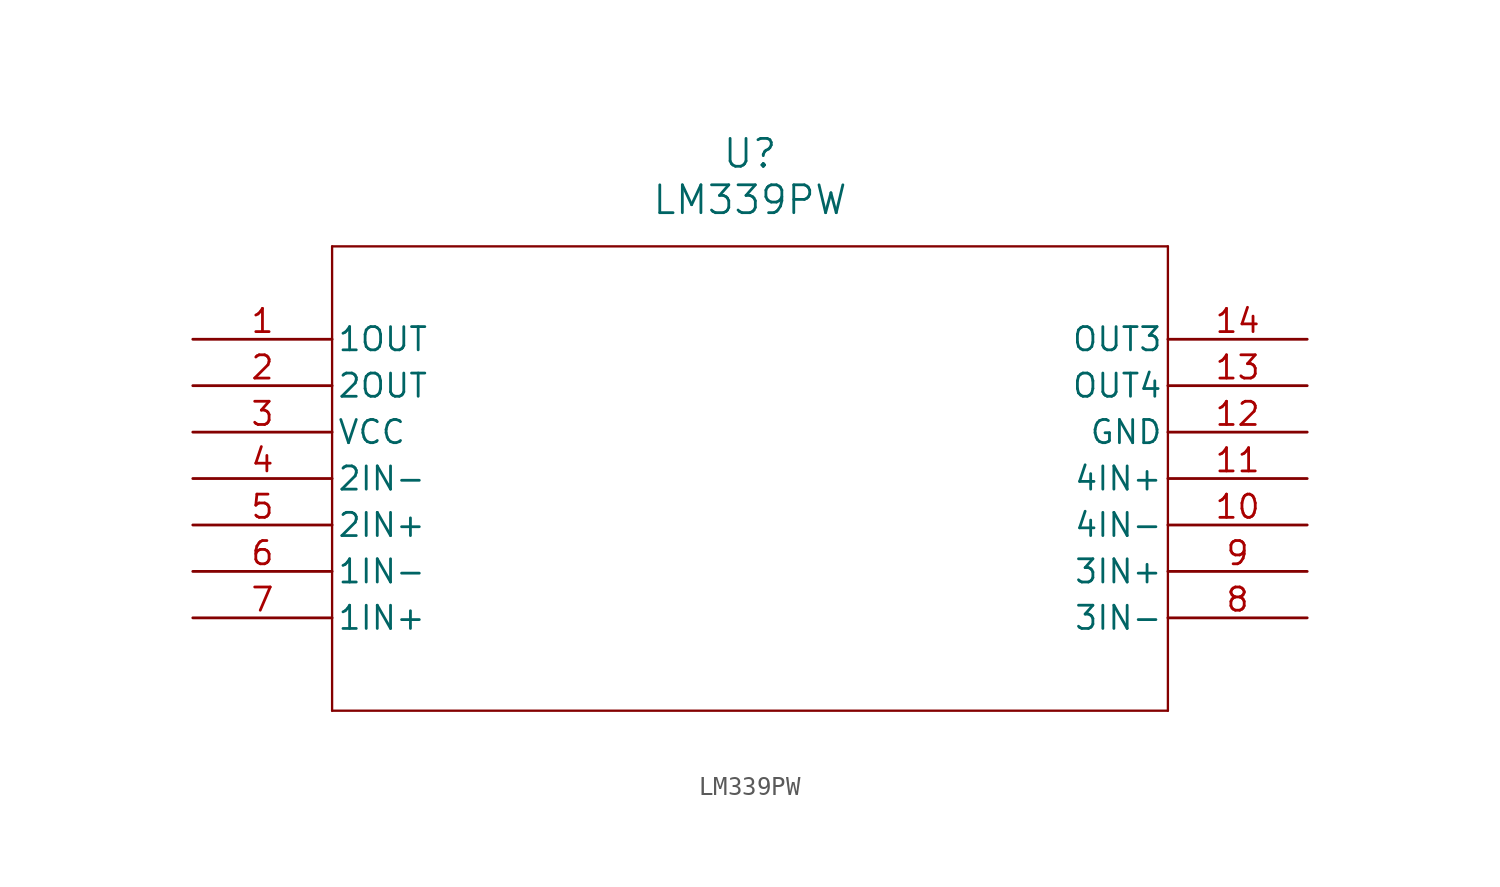
<source format=kicad_sym>
(kicad_symbol_lib
  (version 20211014)
  (generator kicad_symbol_editor)
  (symbol "LM339PW"
    (pin_names
      (offset 0.254))
    (property "Reference" "U"
      (at 30.48 10.16 0)
      (effects (font (size 1.524 1.524))))
    (property "Value" "LM339PW"
      (at 30.48 7.62 0)
      (effects (font (size 1.524 1.524))))
    (symbol "LM339PW_0_1"
      (polyline (pts (xy 7.62 5.08) (xy 7.62 -20.32)) (stroke (width 0.127) (type default) (color 0 0 0 0)) (fill (type none)))
      (polyline (pts (xy 7.62 -20.32) (xy 53.34 -20.32)) (stroke (width 0.127) (type default) (color 0 0 0 0)) (fill (type none)))
      (polyline (pts (xy 53.34 -20.32) (xy 53.34 5.08)) (stroke (width 0.127) (type default) (color 0 0 0 0)) (fill (type none)))
      (polyline (pts (xy 53.34 5.08) (xy 7.62 5.08)) (stroke (width 0.127) (type default) (color 0 0 0 0)) (fill (type none)))
      (pin output line (at 0 0 0) (length 7.62) (name "1OUT" (effects (font (size 1.27 1.27)))) (number "1" (effects (font (size 1.27 1.27)))))
      (pin output line (at 0 -2.54 0) (length 7.62) (name "2OUT" (effects (font (size 1.27 1.27)))) (number "2" (effects (font (size 1.27 1.27)))))
      (pin power_in line (at 0 -5.08 0) (length 7.62) (name "VCC" (effects (font (size 1.27 1.27)))) (number "3" (effects (font (size 1.27 1.27)))))
      (pin input line (at 0 -7.62 0) (length 7.62) (name "2IN-" (effects (font (size 1.27 1.27)))) (number "4" (effects (font (size 1.27 1.27)))))
      (pin input line (at 0 -10.16 0) (length 7.62) (name "2IN+" (effects (font (size 1.27 1.27)))) (number "5" (effects (font (size 1.27 1.27)))))
      (pin input line (at 0 -12.7 0) (length 7.62) (name "1IN-" (effects (font (size 1.27 1.27)))) (number "6" (effects (font (size 1.27 1.27)))))
      (pin input line (at 0 -15.24 0) (length 7.62) (name "1IN+" (effects (font (size 1.27 1.27)))) (number "7" (effects (font (size 1.27 1.27)))))
      (pin input line (at 60.96 -15.24 180) (length 7.62) (name "3IN-" (effects (font (size 1.27 1.27)))) (number "8" (effects (font (size 1.27 1.27)))))
      (pin input line (at 60.96 -12.7 180) (length 7.62) (name "3IN+" (effects (font (size 1.27 1.27)))) (number "9" (effects (font (size 1.27 1.27)))))
      (pin input line (at 60.96 -10.16 180) (length 7.62) (name "4IN-" (effects (font (size 1.27 1.27)))) (number "10" (effects (font (size 1.27 1.27)))))
      (pin input line (at 60.96 -7.62 180) (length 7.62) (name "4IN+" (effects (font (size 1.27 1.27)))) (number "11" (effects (font (size 1.27 1.27)))))
      (pin power_in line (at 60.96 -5.08 180) (length 7.62) (name "GND" (effects (font (size 1.27 1.27)))) (number "12" (effects (font (size 1.27 1.27)))))
      (pin output line (at 60.96 -2.54 180) (length 7.62) (name "OUT4" (effects (font (size 1.27 1.27)))) (number "13" (effects (font (size 1.27 1.27)))))
      (pin output line (at 60.96 0 180) (length 7.62) (name "OUT3" (effects (font (size 1.27 1.27)))) (number "14" (effects (font (size 1.27 1.27))))))))
</source>
